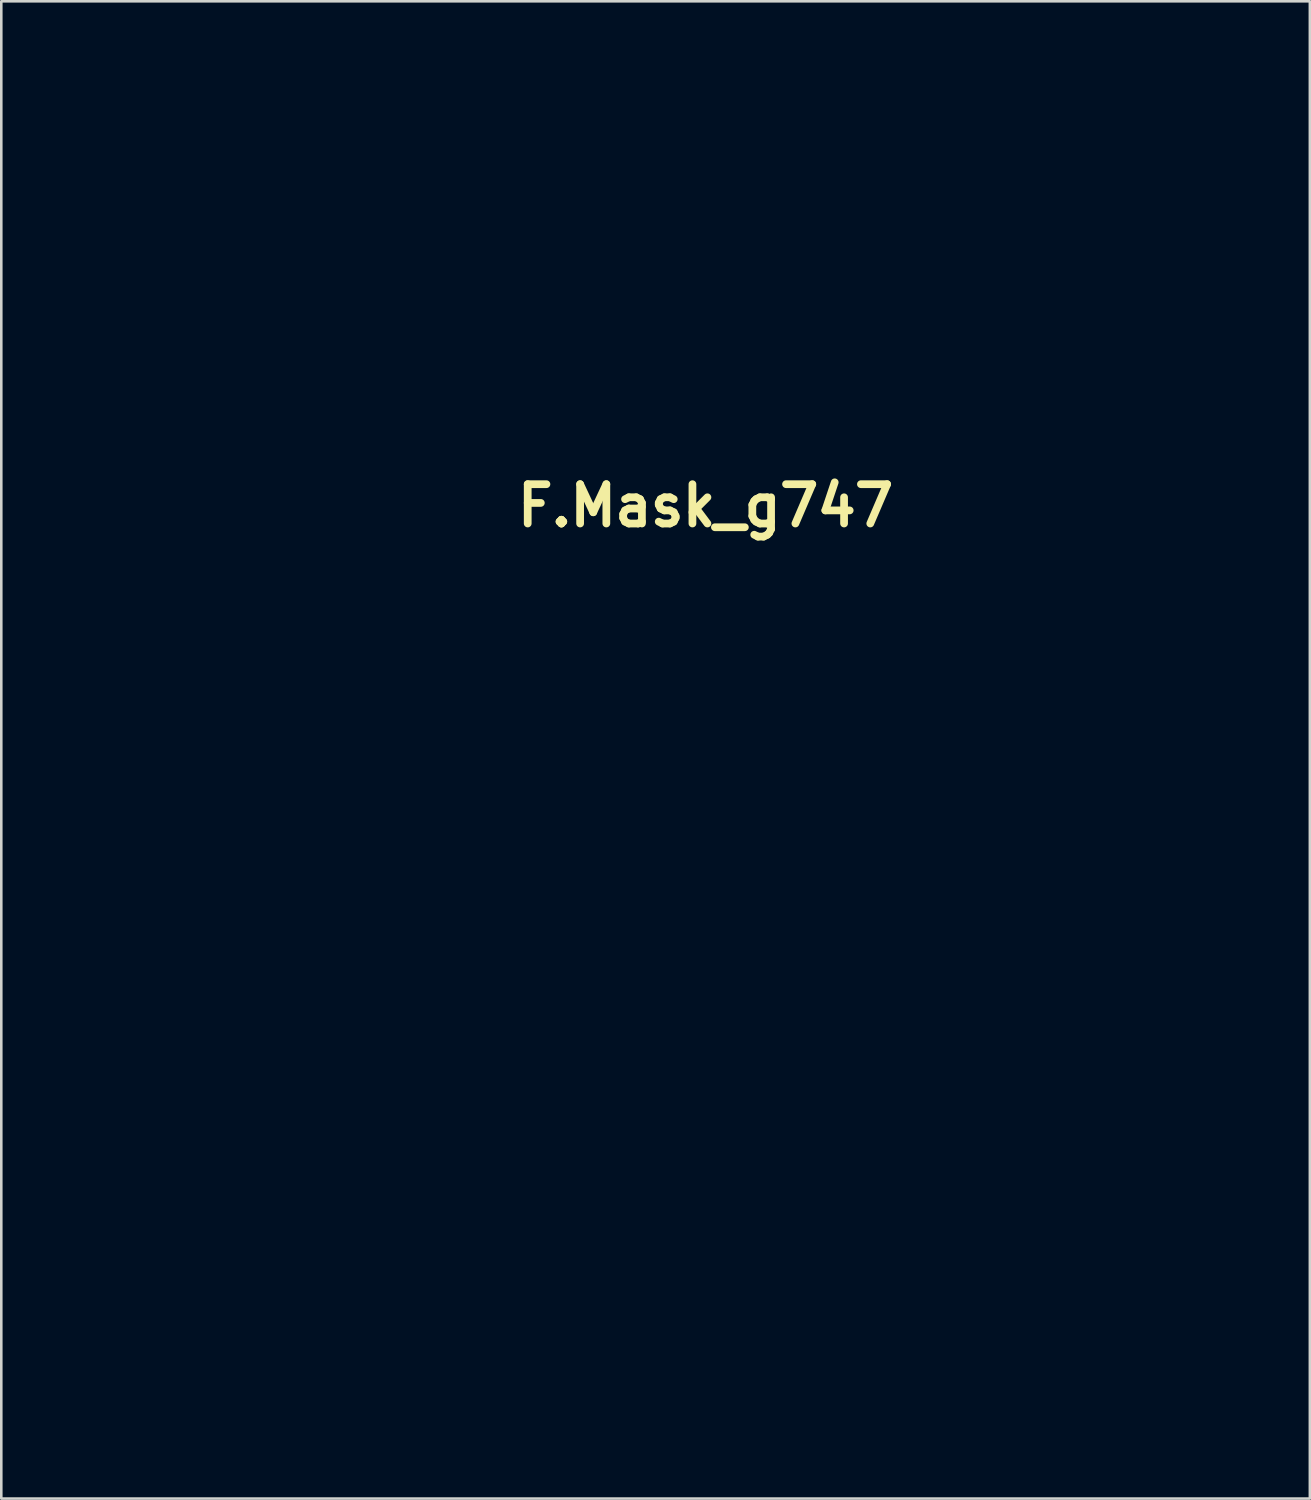
<source format=kicad_pcb>
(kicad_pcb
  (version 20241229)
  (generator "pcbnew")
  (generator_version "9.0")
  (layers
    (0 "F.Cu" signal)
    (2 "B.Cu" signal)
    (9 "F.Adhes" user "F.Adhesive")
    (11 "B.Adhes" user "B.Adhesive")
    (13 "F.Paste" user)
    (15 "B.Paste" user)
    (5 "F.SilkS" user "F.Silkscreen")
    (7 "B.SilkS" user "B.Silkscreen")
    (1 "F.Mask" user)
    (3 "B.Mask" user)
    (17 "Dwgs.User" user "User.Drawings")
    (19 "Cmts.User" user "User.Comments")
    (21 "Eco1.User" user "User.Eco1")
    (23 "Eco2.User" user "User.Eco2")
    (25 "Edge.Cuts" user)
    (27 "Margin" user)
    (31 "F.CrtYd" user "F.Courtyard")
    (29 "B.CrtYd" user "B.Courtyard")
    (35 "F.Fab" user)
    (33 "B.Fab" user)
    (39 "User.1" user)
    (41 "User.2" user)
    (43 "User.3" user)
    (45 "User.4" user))
  (footprint "F.Mask_g747"
    (layer "F.Cu")
    (at 24.303 16.556)
    (property "Reference" "F.Mask_g747" (at 0 0 0) (layer "F.SilkS") (effects (font (size 1.524 1.524) (thickness 0.3))))
    (attr through_hole)
    (fp_poly (pts (xy 6.083 -5.62) (xy 6.136 -5.605) (xy 6.21 -5.58) (xy 6.268 -5.559) (xy 6.612 -5.421) (xy 6.922 -5.272) (xy 7.195 -5.113) (xy 7.43 -4.943) (xy 7.627 -4.765) (xy 7.785 -4.578) (xy 7.897 -4.392) (xy 7.971 -4.208) (xy 8.009 -4.019) (xy 8.014 -3.82) (xy 7.984 -3.606) (xy 7.919 -3.372) (xy 7.916 -3.361) (xy 7.816 -3.112) (xy 7.684 -2.86) (xy 7.527 -2.615) (xy 7.351 -2.386) (xy 7.163 -2.185) (xy 7.066 -2.096) (xy 6.997 -2.037) (xy 6.934 -1.983) (xy 6.89 -1.945) (xy 6.884 -1.94) (xy 6.851 -1.914) (xy 6.837 -1.91) (xy 6.837 -1.911) (xy 6.842 -1.937) (xy 6.855 -1.991) (xy 6.869 -2.047) (xy 6.891 -2.156) (xy 6.906 -2.297) (xy 6.915 -2.459) (xy 6.917 -2.63) (xy 6.912 -2.801) (xy 6.902 -2.932) (xy 6.881 -3.129) (xy 6.857 -3.332) (xy 6.83 -3.534) (xy 6.802 -3.726) (xy 6.774 -3.901) (xy 6.746 -4.05) (xy 6.721 -4.166) (xy 6.718 -4.18) (xy 6.614 -4.52) (xy 6.475 -4.864) (xy 6.304 -5.203) (xy 6.172 -5.427) (xy 6.123 -5.505) (xy 6.086 -5.569) (xy 6.065 -5.611) (xy 6.061 -5.623) (xy 6.083 -5.62)) (stroke (width 0.01) (type solid)) (fill yes) (layer "F.Mask"))
    (fp_poly (pts (xy -0.953 -4.789) (xy -0.96 -4.765) (xy -0.98 -4.709) (xy -1.01 -4.632) (xy -1.047 -4.541) (xy -1.155 -4.25) (xy -1.236 -3.975) (xy -1.292 -3.704) (xy -1.326 -3.424) (xy -1.34 -3.122) (xy -1.341 -3.037) (xy -1.34 -2.874) (xy -1.337 -2.741) (xy -1.33 -2.627) (xy -1.318 -2.52) (xy -1.302 -2.408) (xy -1.293 -2.36) (xy -1.226 -2.049) (xy -1.134 -1.729) (xy -1.022 -1.415) (xy -0.896 -1.121) (xy -0.812 -0.956) (xy -0.772 -0.878) (xy -0.741 -0.814) (xy -0.725 -0.773) (xy -0.724 -0.764) (xy -0.745 -0.763) (xy -0.799 -0.773) (xy -0.877 -0.792) (xy -0.963 -0.815) (xy -1.327 -0.932) (xy -1.656 -1.065) (xy -1.956 -1.215) (xy -2.174 -1.346) (xy -2.301 -1.436) (xy -2.431 -1.544) (xy -2.557 -1.66) (xy -2.667 -1.776) (xy -2.752 -1.881) (xy -2.766 -1.902) (xy -2.871 -2.095) (xy -2.934 -2.298) (xy -2.957 -2.508) (xy -2.938 -2.726) (xy -2.879 -2.95) (xy -2.779 -3.177) (xy -2.722 -3.279) (xy -2.563 -3.513) (xy -2.365 -3.747) (xy -2.133 -3.979) (xy -1.869 -4.204) (xy -1.578 -4.42) (xy -1.438 -4.514) (xy -1.335 -4.579) (xy -1.233 -4.642) (xy -1.139 -4.697) (xy -1.057 -4.743) (xy -0.995 -4.775) (xy -0.959 -4.79) (xy -0.953 -4.789)) (stroke (width 0.01) (type solid)) (fill yes) (layer "F.Mask"))
    (fp_poly (pts (xy 3.473 -5.563) (xy 3.821 -5.517) (xy 4.121 -5.451) (xy 4.251 -5.413) (xy 4.356 -5.375) (xy 4.446 -5.328) (xy 4.531 -5.267) (xy 4.622 -5.186) (xy 4.729 -5.078) (xy 4.737 -5.07) (xy 5.011 -4.759) (xy 5.245 -4.445) (xy 5.438 -4.127) (xy 5.589 -3.807) (xy 5.698 -3.485) (xy 5.748 -3.27) (xy 5.766 -3.131) (xy 5.774 -2.969) (xy 5.773 -2.797) (xy 5.762 -2.63) (xy 5.743 -2.48) (xy 5.725 -2.392) (xy 5.629 -2.112) (xy 5.497 -1.85) (xy 5.331 -1.61) (xy 5.134 -1.394) (xy 4.909 -1.205) (xy 4.659 -1.046) (xy 4.387 -0.92) (xy 4.201 -0.858) (xy 4.137 -0.842) (xy 4.036 -0.822) (xy 3.904 -0.798) (xy 3.748 -0.771) (xy 3.573 -0.742) (xy 3.384 -0.712) (xy 3.188 -0.682) (xy 2.99 -0.653) (xy 2.796 -0.625) (xy 2.612 -0.6) (xy 2.443 -0.578) (xy 2.297 -0.56) (xy 2.12 -0.543) (xy 1.977 -0.534) (xy 1.855 -0.534) (xy 1.748 -0.542) (xy 1.644 -0.559) (xy 1.63 -0.562) (xy 1.462 -0.614) (xy 1.289 -0.694) (xy 1.126 -0.795) (xy 1.003 -0.894) (xy 0.892 -1.013) (xy 0.774 -1.164) (xy 0.655 -1.339) (xy 0.539 -1.531) (xy 0.432 -1.731) (xy 0.337 -1.93) (xy 0.26 -2.121) (xy 0.236 -2.191) (xy 0.179 -2.386) (xy 0.14 -2.568) (xy 0.117 -2.752) (xy 0.109 -2.951) (xy 0.111 -3.139) (xy 0.125 -3.374) (xy 0.153 -3.579) (xy 0.196 -3.765) (xy 0.258 -3.944) (xy 0.325 -4.096) (xy 0.465 -4.341) (xy 0.642 -4.575) (xy 0.85 -4.793) (xy 1.084 -4.99) (xy 1.337 -5.16) (xy 1.494 -5.245) (xy 1.778 -5.367) (xy 2.09 -5.461) (xy 2.422 -5.529) (xy 2.767 -5.569) (xy 3.12 -5.58) (xy 3.473 -5.563)) (stroke (width 0.01) (type solid)) (fill yes) (layer "F.Mask"))
    (fp_poly (pts (xy 14.227 -16.549) (xy 14.235 -16.54) (xy 14.249 -16.524) (xy 14.27 -16.496) (xy 14.3 -16.455) (xy 14.342 -16.398) (xy 14.395 -16.324) (xy 14.464 -16.228) (xy 14.548 -16.11) (xy 14.65 -15.965) (xy 14.772 -15.793) (xy 14.915 -15.591) (xy 15.028 -15.431) (xy 15.166 -15.235) (xy 15.313 -15.025) (xy 15.467 -14.804) (xy 15.626 -14.573) (xy 15.79 -14.336) (xy 15.955 -14.095) (xy 16.121 -13.852) (xy 16.286 -13.611) (xy 16.447 -13.373) (xy 16.604 -13.141) (xy 16.755 -12.917) (xy 16.897 -12.705) (xy 17.03 -12.507) (xy 17.151 -12.325) (xy 17.259 -12.161) (xy 17.352 -12.019) (xy 17.428 -11.901) (xy 17.486 -11.809) (xy 17.523 -11.746) (xy 17.539 -11.715) (xy 17.54 -11.712) (xy 17.518 -11.713) (xy 17.463 -11.721) (xy 17.386 -11.735) (xy 17.324 -11.747) (xy 16.915 -11.805) (xy 16.509 -11.82) (xy 16.105 -11.794) (xy 15.702 -11.725) (xy 15.303 -11.615) (xy 14.906 -11.462) (xy 14.512 -11.268) (xy 14.121 -11.031) (xy 14.108 -11.022) (xy 13.905 -10.878) (xy 13.695 -10.71) (xy 13.486 -10.528) (xy 13.29 -10.341) (xy 13.116 -10.157) (xy 13.03 -10.057) (xy 12.772 -9.712) (xy 12.544 -9.337) (xy 12.346 -8.936) (xy 12.18 -8.512) (xy 12.046 -8.067) (xy 11.947 -7.603) (xy 11.906 -7.34) (xy 11.896 -7.281) (xy 11.884 -7.245) (xy 11.878 -7.239) (xy 11.866 -7.258) (xy 11.839 -7.309) (xy 11.802 -7.386) (xy 11.759 -7.482) (xy 11.728 -7.552) (xy 11.676 -7.671) (xy 11.619 -7.804) (xy 11.559 -7.946) (xy 11.498 -8.092) (xy 11.438 -8.236) (xy 11.381 -8.373) (xy 11.33 -8.498) (xy 11.286 -8.606) (xy 11.252 -8.691) (xy 11.231 -8.748) (xy 11.223 -8.773) (xy 11.223 -8.773) (xy 11.243 -8.784) (xy 11.292 -8.81) (xy 11.361 -8.847) (xy 11.398 -8.867) (xy 11.629 -9.009) (xy 11.861 -9.19) (xy 12.091 -9.406) (xy 12.314 -9.654) (xy 12.53 -9.93) (xy 12.734 -10.231) (xy 12.923 -10.553) (xy 13.023 -10.743) (xy 13.208 -11.143) (xy 13.381 -11.578) (xy 13.54 -12.045) (xy 13.683 -12.539) (xy 13.81 -13.054) (xy 13.862 -13.293) (xy 13.937 -13.692) (xy 14.005 -14.124) (xy 14.065 -14.581) (xy 14.115 -15.052) (xy 14.156 -15.529) (xy 14.186 -16.003) (xy 14.195 -16.198) (xy 14.2 -16.315) (xy 14.206 -16.415) (xy 14.213 -16.493) (xy 14.218 -16.54) (xy 14.222 -16.551) (xy 14.227 -16.549)) (stroke (width 0.01) (type solid)) (fill yes) (layer "F.Mask"))
    (fp_poly (pts (xy -19.622 -10.746) (xy -19.074 -10.712) (xy -18.549 -10.642) (xy -18.044 -10.535) (xy -17.56 -10.392) (xy -17.096 -10.211) (xy -16.651 -9.994) (xy -16.224 -9.739) (xy -15.815 -9.447) (xy -15.477 -9.166) (xy -15.351 -9.047) (xy -15.214 -8.908) (xy -15.072 -8.755) (xy -14.932 -8.596) (xy -14.8 -8.437) (xy -14.681 -8.286) (xy -14.582 -8.15) (xy -14.515 -8.046) (xy -14.482 -7.99) (xy -15.141 -7.99) (xy -15.364 -7.99) (xy -15.552 -7.987) (xy -15.712 -7.981) (xy -15.853 -7.972) (xy -15.982 -7.959) (xy -16.107 -7.94) (xy -16.236 -7.915) (xy -16.375 -7.884) (xy -16.532 -7.845) (xy -16.542 -7.842) (xy -16.866 -7.748) (xy -17.182 -7.634) (xy -17.498 -7.495) (xy -17.825 -7.327) (xy -17.981 -7.239) (xy -18.505 -6.914) (xy -18.998 -6.561) (xy -19.459 -6.181) (xy -19.887 -5.774) (xy -20.283 -5.341) (xy -20.644 -4.883) (xy -20.972 -4.4) (xy -21.265 -3.893) (xy -21.523 -3.364) (xy -21.745 -2.812) (xy -21.931 -2.238) (xy -22.081 -1.644) (xy -22.108 -1.513) (xy -22.17 -1.192) (xy -22.219 -0.893) (xy -22.257 -0.606) (xy -22.284 -0.32) (xy -22.303 -0.024) (xy -22.313 0.292) (xy -22.317 0.639) (xy -22.317 0.646) (xy -22.308 1.174) (xy -22.28 1.681) (xy -22.232 2.178) (xy -22.163 2.676) (xy -22.071 3.185) (xy -21.954 3.716) (xy -21.948 3.744) (xy -21.925 3.844) (xy -21.907 3.927) (xy -21.896 3.986) (xy -21.893 4.013) (xy -21.893 4.014) (xy -21.906 4) (xy -21.934 3.955) (xy -21.976 3.887) (xy -22.025 3.802) (xy -22.029 3.794) (xy -22.311 3.269) (xy -22.585 2.707) (xy -22.848 2.112) (xy -23.101 1.489) (xy -23.339 0.843) (xy -23.563 0.177) (xy -23.769 -0.503) (xy -23.957 -1.194) (xy -23.993 -1.333) (xy -24.059 -1.614) (xy -24.115 -1.889) (xy -24.162 -2.167) (xy -24.202 -2.458) (xy -24.236 -2.769) (xy -24.265 -3.109) (xy -24.278 -3.291) (xy -24.285 -3.435) (xy -24.291 -3.613) (xy -24.295 -3.816) (xy -24.297 -4.037) (xy -24.298 -4.267) (xy -24.297 -4.499) (xy -24.295 -4.723) (xy -24.291 -4.931) (xy -24.285 -5.116) (xy -24.278 -5.268) (xy -24.278 -5.271) (xy -24.215 -6.013) (xy -24.122 -6.729) (xy -23.997 -7.418) (xy -23.842 -8.079) (xy -23.655 -8.712) (xy -23.438 -9.316) (xy -23.19 -9.892) (xy -23.17 -9.933) (xy -23.118 -10.042) (xy -23.079 -10.119) (xy -23.049 -10.17) (xy -23.024 -10.202) (xy -22.998 -10.221) (xy -22.968 -10.233) (xy -22.954 -10.237) (xy -22.502 -10.362) (xy -22.082 -10.469) (xy -21.688 -10.556) (xy -21.316 -10.627) (xy -20.96 -10.681) (xy -20.615 -10.719) (xy -20.275 -10.741) (xy -19.936 -10.75) (xy -19.622 -10.746)) (stroke (width 0.01) (type solid)) (fill yes) (layer "F.Mask"))
    (fp_poly (pts (xy 5.561 5.032) (xy 6.189 5.049) (xy 6.792 5.078) (xy 7.154 5.102) (xy 8.064 5.185) (xy 8.953 5.294) (xy 9.82 5.429) (xy 10.663 5.591) (xy 11.479 5.778) (xy 12.266 5.989) (xy 13.022 6.225) (xy 13.56 6.415) (xy 14.04 6.601) (xy 14.481 6.788) (xy 14.889 6.979) (xy 15.268 7.176) (xy 15.622 7.383) (xy 15.956 7.601) (xy 16.273 7.834) (xy 16.579 8.084) (xy 16.877 8.353) (xy 17.057 8.528) (xy 17.48 8.978) (xy 17.885 9.463) (xy 18.27 9.979) (xy 18.631 10.523) (xy 18.968 11.091) (xy 19.277 11.678) (xy 19.557 12.282) (xy 19.806 12.898) (xy 20.02 13.522) (xy 20.099 13.782) (xy 20.216 14.221) (xy 20.306 14.633) (xy 20.37 15.023) (xy 20.408 15.397) (xy 20.422 15.76) (xy 20.421 15.891) (xy 20.414 16.288) (xy 20.271 16.602) (xy 19.778 17.641) (xy 19.25 18.659) (xy 18.686 19.656) (xy 18.086 20.634) (xy 17.449 21.593) (xy 16.775 22.535) (xy 16.063 23.461) (xy 15.311 24.372) (xy 14.849 24.903) (xy 14.729 25.035) (xy 14.583 25.192) (xy 14.416 25.367) (xy 14.233 25.555) (xy 14.04 25.752) (xy 13.842 25.952) (xy 13.643 26.15) (xy 13.45 26.34) (xy 13.266 26.519) (xy 13.098 26.68) (xy 12.949 26.818) (xy 12.88 26.881) (xy 11.992 27.652) (xy 11.08 28.389) (xy 10.143 29.092) (xy 9.181 29.761) (xy 8.194 30.398) (xy 7.18 31.002) (xy 6.139 31.574) (xy 5.072 32.113) (xy 3.977 32.621) (xy 2.853 33.097) (xy 2.686 33.165) (xy 1.759 33.519) (xy 0.815 33.848) (xy -0.14 34.152) (xy -1.103 34.428) (xy -2.068 34.676) (xy -3.032 34.894) (xy -3.989 35.083) (xy -4.936 35.239) (xy -5.868 35.364) (xy -6.773 35.454) (xy -6.884 35.463) (xy -6.983 35.472) (xy -7.062 35.479) (xy -7.11 35.485) (xy -7.115 35.486) (xy -7.136 35.485) (xy -7.161 35.475) (xy -7.194 35.452) (xy -7.239 35.412) (xy -7.3 35.351) (xy -7.381 35.266) (xy -7.486 35.153) (xy -7.488 35.151) (xy -8.161 34.399) (xy -8.808 33.623) (xy -9.428 32.827) (xy -10.017 32.016) (xy -10.572 31.192) (xy -11.091 30.36) (xy -11.571 29.525) (xy -11.61 29.453) (xy -12.021 28.665) (xy -12.392 27.881) (xy -12.723 27.103) (xy -13.014 26.33) (xy -13.265 25.564) (xy -13.476 24.805) (xy -13.646 24.052) (xy -13.776 23.308) (xy -13.866 22.571) (xy -13.915 21.843) (xy -13.924 21.124) (xy -13.892 20.414) (xy -13.822 19.74) (xy -8.825 19.74) (xy -8.796 20.526) (xy -8.729 21.324) (xy -8.697 21.611) (xy -8.663 21.871) (xy -8.625 22.127) (xy -8.585 22.373) (xy -8.543 22.605) (xy -8.499 22.818) (xy -8.456 23.007) (xy -8.414 23.169) (xy -8.374 23.297) (xy -8.339 23.382) (xy -8.255 23.514) (xy -8.142 23.633) (xy -8.012 23.728) (xy -7.922 23.773) (xy -7.779 23.812) (xy -7.622 23.826) (xy -7.466 23.815) (xy -7.326 23.778) (xy -7.293 23.764) (xy -7.125 23.666) (xy -6.991 23.545) (xy -6.922 23.453) (xy -6.885 23.397) (xy -6.857 23.358) (xy -6.846 23.347) (xy -6.829 23.361) (xy -6.787 23.399) (xy -6.724 23.456) (xy -6.647 23.528) (xy -6.589 23.582) (xy -6.053 24.06) (xy -5.491 24.51) (xy -4.908 24.93) (xy -4.305 25.318) (xy -3.687 25.673) (xy -3.056 25.992) (xy -2.416 26.275) (xy -1.768 26.519) (xy -1.117 26.722) (xy -1.048 26.742) (xy -0.457 26.885) (xy 0.159 27.001) (xy 0.792 27.087) (xy 1.433 27.143) (xy 1.519 27.148) (xy 1.618 27.154) (xy 1.699 27.162) (xy 1.755 27.169) (xy 1.778 27.175) (xy 1.778 27.175) (xy 1.762 27.194) (xy 1.721 27.226) (xy 1.699 27.241) (xy 1.425 27.437) (xy 1.135 27.664) (xy 0.837 27.917) (xy 0.535 28.19) (xy 0.235 28.478) (xy -0.056 28.775) (xy -0.333 29.076) (xy -0.59 29.376) (xy -0.67 29.475) (xy -0.798 29.637) (xy -0.925 29.807) (xy -1.049 29.977) (xy -1.164 30.143) (xy -1.267 30.298) (xy -1.353 30.436) (xy -1.419 30.551) (xy -1.451 30.613) (xy -1.505 30.781) (xy -1.52 30.954) (xy -1.497 31.126) (xy -1.438 31.292) (xy -1.343 31.444) (xy -1.251 31.545) (xy -1.121 31.65) (xy -0.989 31.718) (xy -0.845 31.755) (xy -0.677 31.764) (xy -0.655 31.763) (xy -0.546 31.754) (xy -0.454 31.733) (xy -0.357 31.693) (xy -0.355 31.692) (xy -0.259 31.641) (xy -0.175 31.579) (xy -0.095 31.5) (xy -0.011 31.396) (xy 0.073 31.274) (xy 0.343 30.889) (xy 0.638 30.511) (xy 0.961 30.134) (xy 1.319 29.753) (xy 1.459 29.612) (xy 1.825 29.262) (xy 2.185 28.948) (xy 2.543 28.668) (xy 2.905 28.416) (xy 3.276 28.19) (xy 3.599 28.015) (xy 4.027 27.814) (xy 4.446 27.652) (xy 4.863 27.528) (xy 5.281 27.44) (xy 5.708 27.387) (xy 6.146 27.367) (xy 6.191 27.367) (xy 6.553 27.377) (xy 6.898 27.409) (xy 7.238 27.464) (xy 7.58 27.544) (xy 7.936 27.652) (xy 8.223 27.754) (xy 8.371 27.807) (xy 8.49 27.843) (xy 8.588 27.863) (xy 8.674 27.869) (xy 8.757 27.862) (xy 8.801 27.854) (xy 8.984 27.797) (xy 9.146 27.703) (xy 9.246 27.615) (xy 9.364 27.467) (xy 9.444 27.305) (xy 9.486 27.135) (xy 9.49 26.962) (xy 9.455 26.79) (xy 9.382 26.625) (xy 9.271 26.472) (xy 9.258 26.458) (xy 9.189 26.394) (xy 9.105 26.334) (xy 9 26.275) (xy 8.87 26.216) (xy 8.71 26.154) (xy 8.514 26.086) (xy 8.441 26.062) (xy 8.323 26.023) (xy 8.22 25.988) (xy 8.138 25.959) (xy 8.085 25.938) (xy 8.065 25.928) (xy 8.065 25.928) (xy 8.084 25.917) (xy 8.135 25.894) (xy 8.213 25.862) (xy 8.311 25.822) (xy 8.387 25.793) (xy 9.09 25.509) (xy 9.773 25.201) (xy 10.434 24.872) (xy 11.071 24.524) (xy 11.679 24.157) (xy 12.258 23.773) (xy 12.804 23.375) (xy 13.314 22.963) (xy 13.787 22.539) (xy 13.866 22.463) (xy 14.166 22.172) (xy 14.2 22.225) (xy 14.269 22.315) (xy 14.358 22.407) (xy 14.453 22.488) (xy 14.54 22.546) (xy 14.547 22.55) (xy 14.718 22.614) (xy 14.893 22.638) (xy 15.067 22.625) (xy 15.234 22.575) (xy 15.387 22.491) (xy 15.523 22.374) (xy 15.618 22.25) (xy 15.657 22.182) (xy 15.689 22.107) (xy 15.714 22.02) (xy 15.735 21.915) (xy 15.753 21.783) (xy 15.77 21.62) (xy 15.778 21.516) (xy 15.833 20.569) (xy 15.846 19.624) (xy 15.818 18.683) (xy 15.749 17.746) (xy 15.64 16.816) (xy 15.491 15.894) (xy 15.301 14.983) (xy 15.071 14.083) (xy 14.887 13.462) (xy 14.805 13.209) (xy 14.717 12.951) (xy 14.623 12.692) (xy 14.527 12.437) (xy 14.429 12.188) (xy 14.332 11.951) (xy 14.237 11.729) (xy 14.145 11.526) (xy 14.059 11.347) (xy 13.98 11.195) (xy 13.91 11.074) (xy 13.851 10.99) (xy 13.841 10.978) (xy 13.706 10.854) (xy 13.556 10.766) (xy 13.396 10.713) (xy 13.231 10.695) (xy 13.067 10.71) (xy 12.908 10.758) (xy 12.762 10.838) (xy 12.632 10.949) (xy 12.525 11.091) (xy 12.483 11.17) (xy 12.444 11.263) (xy 12.422 11.351) (xy 12.41 11.453) (xy 12.408 11.487) (xy 12.403 11.567) (xy 12.398 11.628) (xy 12.394 11.66) (xy 12.392 11.663) (xy 12.372 11.655) (xy 12.319 11.633) (xy 12.241 11.6) (xy 12.143 11.558) (xy 12.062 11.523) (xy 11.258 11.192) (xy 10.462 10.895) (xy 9.677 10.631) (xy 8.902 10.401) (xy 8.139 10.205) (xy 7.389 10.044) (xy 6.654 9.917) (xy 5.936 9.825) (xy 5.234 9.768) (xy 4.55 9.746) (xy 3.887 9.76) (xy 3.244 9.81) (xy 3.234 9.811) (xy 2.563 9.9) (xy 1.87 10.025) (xy 1.154 10.184) (xy 0.416 10.379) (xy -0.343 10.608) (xy -1.123 10.872) (xy -1.924 11.17) (xy -2.744 11.503) (xy -3.585 11.87) (xy -4.444 12.271) (xy -4.535 12.315) (xy -4.66 12.375) (xy -4.77 12.426) (xy -4.862 12.468) (xy -4.93 12.497) (xy -4.968 12.511) (xy -4.974 12.511) (xy -4.96 12.483) (xy -4.919 12.427) (xy -4.854 12.349) (xy -4.769 12.251) (xy -4.667 12.137) (xy -4.55 12.009) (xy -4.422 11.873) (xy -4.286 11.731) (xy -4.158 11.599) (xy -4.025 11.464) (xy -3.919 11.355) (xy -3.837 11.268) (xy -3.774 11.198) (xy -3.727 11.143) (xy -3.693 11.097) (xy -3.669 11.058) (xy -3.651 11.02) (xy -3.642 10.996) (xy -3.592 10.81) (xy -3.583 10.625) (xy -3.614 10.448) (xy -3.683 10.281) (xy -3.79 10.13) (xy -3.85 10.069) (xy -4 9.954) (xy -4.162 9.88) (xy -4.333 9.847) (xy -4.513 9.855) (xy -4.642 9.885) (xy -4.712 9.91) (xy -4.78 9.943) (xy -4.851 9.987) (xy -4.931 10.046) (xy -5.022 10.123) (xy -5.129 10.221) (xy -5.258 10.345) (xy -5.378 10.463) (xy -5.688 10.782) (xy -5.969 11.093) (xy -6.229 11.406) (xy -6.478 11.733) (xy -6.725 12.084) (xy -6.783 12.171) (xy -6.926 12.389) (xy -7.05 12.586) (xy -7.161 12.772) (xy -7.267 12.96) (xy -7.374 13.161) (xy -7.483 13.375) (xy -7.773 14.002) (xy -8.028 14.653) (xy -8.248 15.325) (xy -8.434 16.017) (xy -8.584 16.729) (xy -8.698 17.458) (xy -8.776 18.204) (xy -8.819 18.965) (xy -8.825 19.74) (xy -13.822 19.74) (xy -13.819 19.714) (xy -13.758 19.311) (xy -13.681 18.909) (xy -13.585 18.479) (xy -13.472 18.029) (xy -13.343 17.569) (xy -13.203 17.105) (xy -13.052 16.647) (xy -12.893 16.203) (xy -12.779 15.907) (xy -12.445 15.115) (xy -12.078 14.35) (xy -11.678 13.613) (xy -11.246 12.903) (xy -10.782 12.22) (xy -10.285 11.564) (xy -9.755 10.935) (xy -9.193 10.332) (xy -8.597 9.756) (xy -7.969 9.207) (xy -7.308 8.684) (xy -7.25 8.64) (xy -6.575 8.163) (xy -5.873 7.717) (xy -5.145 7.303) (xy -4.395 6.921) (xy -3.623 6.573) (xy -2.832 6.259) (xy -2.024 5.98) (xy -1.203 5.737) (xy -0.368 5.531) (xy 0.476 5.362) (xy 1.328 5.232) (xy 1.799 5.177) (xy 2.379 5.124) (xy 2.99 5.083) (xy 3.623 5.053) (xy 4.269 5.034) (xy 4.918 5.027) (xy 5.561 5.032)) (stroke (width 0.01) (type solid)) (fill yes) (layer "F.Mask")))
  (gr_rect
    (start -3 -3)
    (end 47.731 55.047)
    (stroke (width 0.1) (type default))
    (fill no)
    (layer "Edge.Cuts")))
</source>
